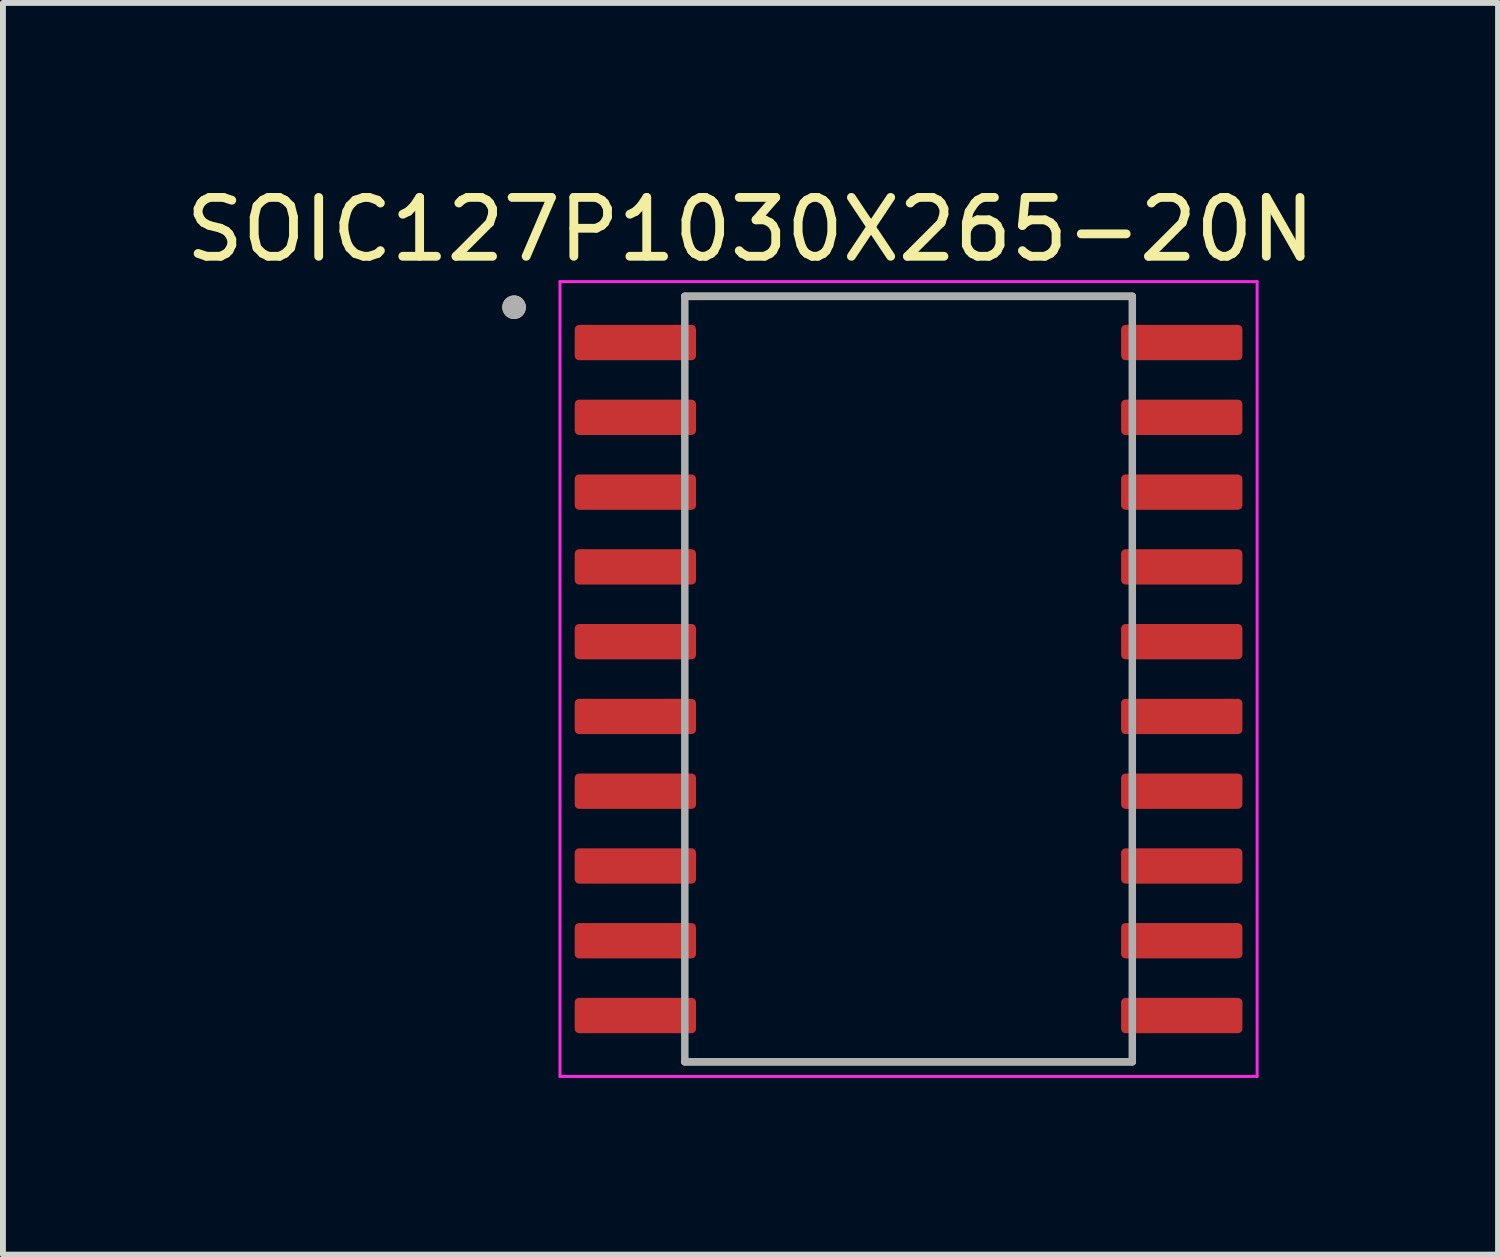
<source format=kicad_pcb>
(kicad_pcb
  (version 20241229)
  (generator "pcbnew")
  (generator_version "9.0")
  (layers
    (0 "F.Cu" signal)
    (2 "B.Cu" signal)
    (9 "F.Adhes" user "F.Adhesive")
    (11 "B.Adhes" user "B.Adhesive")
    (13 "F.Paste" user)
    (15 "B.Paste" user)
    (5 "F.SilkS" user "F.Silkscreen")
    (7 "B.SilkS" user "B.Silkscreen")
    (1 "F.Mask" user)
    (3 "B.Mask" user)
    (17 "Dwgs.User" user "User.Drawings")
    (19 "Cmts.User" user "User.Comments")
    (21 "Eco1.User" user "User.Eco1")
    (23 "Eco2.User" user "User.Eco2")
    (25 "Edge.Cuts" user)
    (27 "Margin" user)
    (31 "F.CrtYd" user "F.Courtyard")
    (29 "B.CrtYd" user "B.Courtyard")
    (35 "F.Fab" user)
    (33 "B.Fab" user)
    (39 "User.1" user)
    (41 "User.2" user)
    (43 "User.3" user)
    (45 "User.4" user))
  (footprint "SOIC127P1030X265-20N"
    (layer "F.Cu")
    (at 12.381 8.483)
    (property "Reference" "SOIC127P1030X265-20N" (at -2.685 -7.635 0) (layer "F.SilkS") (effects (font (size 1 1) (thickness 0.15))))
    (attr smd)
    (fp_line (start -3.8 -6.5) (end 3.8 -6.5) (stroke (width 0.127) (type solid)) (layer "F.SilkS"))
    (fp_line (start -3.8 6.5) (end 3.8 6.5) (stroke (width 0.127) (type solid)) (layer "F.SilkS"))
    (fp_circle (center -6.7 -6.315) (end -6.6 -6.315) (stroke (width 0.2) (type solid)) (fill no) (layer "F.SilkS"))
    (fp_line (start -5.92 -6.75) (end -5.92 6.75) (stroke (width 0.05) (type solid)) (layer "F.CrtYd"))
    (fp_line (start -5.92 -6.75) (end 5.92 -6.75) (stroke (width 0.05) (type solid)) (layer "F.CrtYd"))
    (fp_line (start -5.92 6.75) (end 5.92 6.75) (stroke (width 0.05) (type solid)) (layer "F.CrtYd"))
    (fp_line (start 5.92 -6.75) (end 5.92 6.75) (stroke (width 0.05) (type solid)) (layer "F.CrtYd"))
    (fp_line (start -3.8 -6.5) (end -3.8 6.5) (stroke (width 0.127) (type solid)) (layer "F.Fab"))
    (fp_line (start -3.8 -6.5) (end 3.8 -6.5) (stroke (width 0.127) (type solid)) (layer "F.Fab"))
    (fp_line (start -3.8 6.5) (end 3.8 6.5) (stroke (width 0.127) (type solid)) (layer "F.Fab"))
    (fp_line (start 3.8 -6.5) (end 3.8 6.5) (stroke (width 0.127) (type solid)) (layer "F.Fab"))
    (fp_circle (center -6.7 -6.315) (end -6.6 -6.315) (stroke (width 0.2) (type solid)) (fill no) (layer "F.Fab"))
    (pad "1" smd roundrect (at -4.64 -5.715) (size 2.06 0.6) (layers "F.Cu" "F.Mask" "F.Paste") (roundrect_rratio 0.125))
    (pad "2" smd roundrect (at -4.64 -4.445) (size 2.06 0.6) (layers "F.Cu" "F.Mask" "F.Paste") (roundrect_rratio 0.125))
    (pad "3" smd roundrect (at -4.64 -3.175) (size 2.06 0.6) (layers "F.Cu" "F.Mask" "F.Paste") (roundrect_rratio 0.125))
    (pad "4" smd roundrect (at -4.64 -1.905) (size 2.06 0.6) (layers "F.Cu" "F.Mask" "F.Paste") (roundrect_rratio 0.125))
    (pad "5" smd roundrect (at -4.64 -0.635) (size 2.06 0.6) (layers "F.Cu" "F.Mask" "F.Paste") (roundrect_rratio 0.125))
    (pad "6" smd roundrect (at -4.64 0.635) (size 2.06 0.6) (layers "F.Cu" "F.Mask" "F.Paste") (roundrect_rratio 0.125))
    (pad "7" smd roundrect (at -4.64 1.905) (size 2.06 0.6) (layers "F.Cu" "F.Mask" "F.Paste") (roundrect_rratio 0.125))
    (pad "8" smd roundrect (at -4.64 3.175) (size 2.06 0.6) (layers "F.Cu" "F.Mask" "F.Paste") (roundrect_rratio 0.125))
    (pad "9" smd roundrect (at -4.64 4.445) (size 2.06 0.6) (layers "F.Cu" "F.Mask" "F.Paste") (roundrect_rratio 0.125))
    (pad "10" smd roundrect (at -4.64 5.715) (size 2.06 0.6) (layers "F.Cu" "F.Mask" "F.Paste") (roundrect_rratio 0.125))
    (pad "11" smd roundrect (at 4.64 5.715) (size 2.06 0.6) (layers "F.Cu" "F.Mask" "F.Paste") (roundrect_rratio 0.125))
    (pad "12" smd roundrect (at 4.64 4.445) (size 2.06 0.6) (layers "F.Cu" "F.Mask" "F.Paste") (roundrect_rratio 0.125))
    (pad "13" smd roundrect (at 4.64 3.175) (size 2.06 0.6) (layers "F.Cu" "F.Mask" "F.Paste") (roundrect_rratio 0.125))
    (pad "14" smd roundrect (at 4.64 1.905) (size 2.06 0.6) (layers "F.Cu" "F.Mask" "F.Paste") (roundrect_rratio 0.125))
    (pad "15" smd roundrect (at 4.64 0.635) (size 2.06 0.6) (layers "F.Cu" "F.Mask" "F.Paste") (roundrect_rratio 0.125))
    (pad "16" smd roundrect (at 4.64 -0.635) (size 2.06 0.6) (layers "F.Cu" "F.Mask" "F.Paste") (roundrect_rratio 0.125))
    (pad "17" smd roundrect (at 4.64 -1.905) (size 2.06 0.6) (layers "F.Cu" "F.Mask" "F.Paste") (roundrect_rratio 0.125))
    (pad "18" smd roundrect (at 4.64 -3.175) (size 2.06 0.6) (layers "F.Cu" "F.Mask" "F.Paste") (roundrect_rratio 0.125))
    (pad "19" smd roundrect (at 4.64 -4.445) (size 2.06 0.6) (layers "F.Cu" "F.Mask" "F.Paste") (roundrect_rratio 0.125))
    (pad "20" smd roundrect (at 4.64 -5.715) (size 2.06 0.6) (layers "F.Cu" "F.Mask" "F.Paste") (roundrect_rratio 0.125)))
  (gr_rect
    (start -3 -3)
    (end 22.393 18.258)
    (stroke (width 0.1) (type default))
    (fill no)
    (layer "Edge.Cuts")))
</source>
